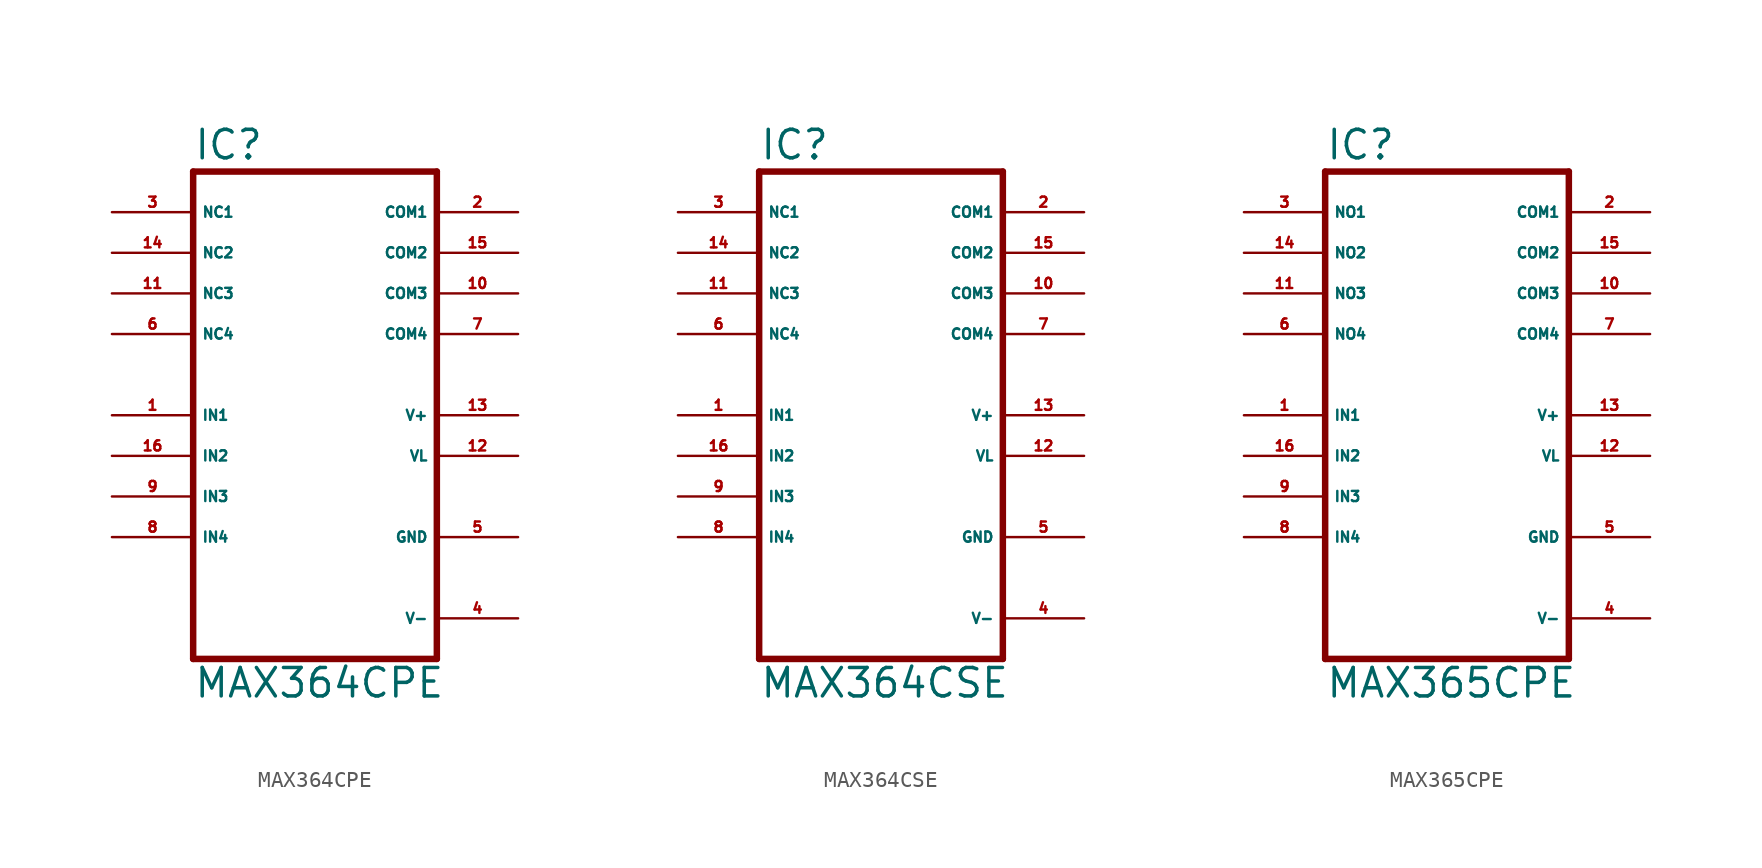
<source format=kicad_sym>
(kicad_symbol_lib
  (version 20220914)
  (generator Eagle2Kicad)
  (symbol "MAX364CPE"
    (property "Reference" "IC"
      (at -7.62 15.875 0)
      (effects (font (size 1.778 1.778) (thickness 0.22)) (justify left bottom)))
    (property "Value" "MAX364CPE"
      (at -7.62 -17.78 0)
      (effects (font (size 1.778 1.778) (thickness 0.22)) (justify left bottom)))
    (polyline
      (pts (xy 7.62 -15.24) (xy -7.62 -15.24))
      (stroke (width 0.406) (type default))
      (fill (type none)))
    (polyline
      (pts (xy -7.62 -15.24) (xy -7.62 15.24))
      (stroke (width 0.406) (type default))
      (fill (type none)))
    (polyline
      (pts (xy -7.62 15.24) (xy 7.62 15.24))
      (stroke (width 0.406) (type default))
      (fill (type none)))
    (polyline
      (pts (xy 7.62 15.24) (xy 7.62 -15.24))
      (stroke (width 0.406) (type default))
      (fill (type none)))
    (pin input line
      (at -12.7 0 0)
      (length 5.08)
      (name "IN1" (effects (font (size 0.635 0.635) (thickness 0.08)) (justify left bottom)))
      (number "1" (effects (font (size 0.635 0.635) (thickness 0.08)) (justify left bottom))))
    (pin input line
      (at -12.7 -2.54 0)
      (length 5.08)
      (name "IN2" (effects (font (size 0.635 0.635) (thickness 0.08)) (justify left bottom)))
      (number "16" (effects (font (size 0.635 0.635) (thickness 0.08)) (justify left bottom))))
    (pin input line
      (at -12.7 -5.08 0)
      (length 5.08)
      (name "IN3" (effects (font (size 0.635 0.635) (thickness 0.08)) (justify left bottom)))
      (number "9" (effects (font (size 0.635 0.635) (thickness 0.08)) (justify left bottom))))
    (pin input line
      (at -12.7 -7.62 0)
      (length 5.08)
      (name "IN4" (effects (font (size 0.635 0.635) (thickness 0.08)) (justify left bottom)))
      (number "8" (effects (font (size 0.635 0.635) (thickness 0.08)) (justify left bottom))))
    (pin passive line
      (at -12.7 12.7 0)
      (length 5.08)
      (name "NC1" (effects (font (size 0.635 0.635) (thickness 0.08)) (justify left bottom)))
      (number "3" (effects (font (size 0.635 0.635) (thickness 0.08)) (justify left bottom))))
    (pin passive line
      (at -12.7 10.16 0)
      (length 5.08)
      (name "NC2" (effects (font (size 0.635 0.635) (thickness 0.08)) (justify left bottom)))
      (number "14" (effects (font (size 0.635 0.635) (thickness 0.08)) (justify left bottom))))
    (pin passive line
      (at -12.7 7.62 0)
      (length 5.08)
      (name "NC3" (effects (font (size 0.635 0.635) (thickness 0.08)) (justify left bottom)))
      (number "11" (effects (font (size 0.635 0.635) (thickness 0.08)) (justify left bottom))))
    (pin passive line
      (at -12.7 5.08 0)
      (length 5.08)
      (name "NC4" (effects (font (size 0.635 0.635) (thickness 0.08)) (justify left bottom)))
      (number "6" (effects (font (size 0.635 0.635) (thickness 0.08)) (justify left bottom))))
    (pin passive line
      (at 12.7 12.7 180)
      (length 5.08)
      (name "COM1" (effects (font (size 0.635 0.635) (thickness 0.08)) (justify left bottom)))
      (number "2" (effects (font (size 0.635 0.635) (thickness 0.08)) (justify left bottom))))
    (pin passive line
      (at 12.7 10.16 180)
      (length 5.08)
      (name "COM2" (effects (font (size 0.635 0.635) (thickness 0.08)) (justify left bottom)))
      (number "15" (effects (font (size 0.635 0.635) (thickness 0.08)) (justify left bottom))))
    (pin passive line
      (at 12.7 7.62 180)
      (length 5.08)
      (name "COM3" (effects (font (size 0.635 0.635) (thickness 0.08)) (justify left bottom)))
      (number "10" (effects (font (size 0.635 0.635) (thickness 0.08)) (justify left bottom))))
    (pin passive line
      (at 12.7 5.08 180)
      (length 5.08)
      (name "COM4" (effects (font (size 0.635 0.635) (thickness 0.08)) (justify left bottom)))
      (number "7" (effects (font (size 0.635 0.635) (thickness 0.08)) (justify left bottom))))
    (pin unspecified line
      (at 12.7 0 180)
      (length 5.08)
      (name "V+" (effects (font (size 0.635 0.635) (thickness 0.08)) (justify left bottom)))
      (number "13" (effects (font (size 0.635 0.635) (thickness 0.08)) (justify left bottom))))
    (pin unspecified line
      (at 12.7 -2.54 180)
      (length 5.08)
      (name "VL" (effects (font (size 0.635 0.635) (thickness 0.08)) (justify left bottom)))
      (number "12" (effects (font (size 0.635 0.635) (thickness 0.08)) (justify left bottom))))
    (pin unspecified line
      (at 12.7 -7.62 180)
      (length 5.08)
      (name "GND" (effects (font (size 0.635 0.635) (thickness 0.08)) (justify left bottom)))
      (number "5" (effects (font (size 0.635 0.635) (thickness 0.08)) (justify left bottom))))
    (pin unspecified line
      (at 12.7 -12.7 180)
      (length 5.08)
      (name "V-" (effects (font (size 0.635 0.635) (thickness 0.08)) (justify left bottom)))
      (number "4" (effects (font (size 0.635 0.635) (thickness 0.08)) (justify left bottom)))))
  (symbol "MAX364CSE"
    (property "Reference" "IC"
      (at -7.62 15.875 0)
      (effects (font (size 1.778 1.778) (thickness 0.22)) (justify left bottom)))
    (property "Value" "MAX364CSE"
      (at -7.62 -17.78 0)
      (effects (font (size 1.778 1.778) (thickness 0.22)) (justify left bottom)))
    (polyline
      (pts (xy 7.62 -15.24) (xy -7.62 -15.24))
      (stroke (width 0.406) (type default))
      (fill (type none)))
    (polyline
      (pts (xy -7.62 -15.24) (xy -7.62 15.24))
      (stroke (width 0.406) (type default))
      (fill (type none)))
    (polyline
      (pts (xy -7.62 15.24) (xy 7.62 15.24))
      (stroke (width 0.406) (type default))
      (fill (type none)))
    (polyline
      (pts (xy 7.62 15.24) (xy 7.62 -15.24))
      (stroke (width 0.406) (type default))
      (fill (type none)))
    (pin input line
      (at -12.7 0 0)
      (length 5.08)
      (name "IN1" (effects (font (size 0.635 0.635) (thickness 0.08)) (justify left bottom)))
      (number "1" (effects (font (size 0.635 0.635) (thickness 0.08)) (justify left bottom))))
    (pin input line
      (at -12.7 -2.54 0)
      (length 5.08)
      (name "IN2" (effects (font (size 0.635 0.635) (thickness 0.08)) (justify left bottom)))
      (number "16" (effects (font (size 0.635 0.635) (thickness 0.08)) (justify left bottom))))
    (pin input line
      (at -12.7 -5.08 0)
      (length 5.08)
      (name "IN3" (effects (font (size 0.635 0.635) (thickness 0.08)) (justify left bottom)))
      (number "9" (effects (font (size 0.635 0.635) (thickness 0.08)) (justify left bottom))))
    (pin input line
      (at -12.7 -7.62 0)
      (length 5.08)
      (name "IN4" (effects (font (size 0.635 0.635) (thickness 0.08)) (justify left bottom)))
      (number "8" (effects (font (size 0.635 0.635) (thickness 0.08)) (justify left bottom))))
    (pin passive line
      (at -12.7 12.7 0)
      (length 5.08)
      (name "NC1" (effects (font (size 0.635 0.635) (thickness 0.08)) (justify left bottom)))
      (number "3" (effects (font (size 0.635 0.635) (thickness 0.08)) (justify left bottom))))
    (pin passive line
      (at -12.7 10.16 0)
      (length 5.08)
      (name "NC2" (effects (font (size 0.635 0.635) (thickness 0.08)) (justify left bottom)))
      (number "14" (effects (font (size 0.635 0.635) (thickness 0.08)) (justify left bottom))))
    (pin passive line
      (at -12.7 7.62 0)
      (length 5.08)
      (name "NC3" (effects (font (size 0.635 0.635) (thickness 0.08)) (justify left bottom)))
      (number "11" (effects (font (size 0.635 0.635) (thickness 0.08)) (justify left bottom))))
    (pin passive line
      (at -12.7 5.08 0)
      (length 5.08)
      (name "NC4" (effects (font (size 0.635 0.635) (thickness 0.08)) (justify left bottom)))
      (number "6" (effects (font (size 0.635 0.635) (thickness 0.08)) (justify left bottom))))
    (pin passive line
      (at 12.7 12.7 180)
      (length 5.08)
      (name "COM1" (effects (font (size 0.635 0.635) (thickness 0.08)) (justify left bottom)))
      (number "2" (effects (font (size 0.635 0.635) (thickness 0.08)) (justify left bottom))))
    (pin passive line
      (at 12.7 10.16 180)
      (length 5.08)
      (name "COM2" (effects (font (size 0.635 0.635) (thickness 0.08)) (justify left bottom)))
      (number "15" (effects (font (size 0.635 0.635) (thickness 0.08)) (justify left bottom))))
    (pin passive line
      (at 12.7 7.62 180)
      (length 5.08)
      (name "COM3" (effects (font (size 0.635 0.635) (thickness 0.08)) (justify left bottom)))
      (number "10" (effects (font (size 0.635 0.635) (thickness 0.08)) (justify left bottom))))
    (pin passive line
      (at 12.7 5.08 180)
      (length 5.08)
      (name "COM4" (effects (font (size 0.635 0.635) (thickness 0.08)) (justify left bottom)))
      (number "7" (effects (font (size 0.635 0.635) (thickness 0.08)) (justify left bottom))))
    (pin unspecified line
      (at 12.7 0 180)
      (length 5.08)
      (name "V+" (effects (font (size 0.635 0.635) (thickness 0.08)) (justify left bottom)))
      (number "13" (effects (font (size 0.635 0.635) (thickness 0.08)) (justify left bottom))))
    (pin unspecified line
      (at 12.7 -2.54 180)
      (length 5.08)
      (name "VL" (effects (font (size 0.635 0.635) (thickness 0.08)) (justify left bottom)))
      (number "12" (effects (font (size 0.635 0.635) (thickness 0.08)) (justify left bottom))))
    (pin unspecified line
      (at 12.7 -7.62 180)
      (length 5.08)
      (name "GND" (effects (font (size 0.635 0.635) (thickness 0.08)) (justify left bottom)))
      (number "5" (effects (font (size 0.635 0.635) (thickness 0.08)) (justify left bottom))))
    (pin unspecified line
      (at 12.7 -12.7 180)
      (length 5.08)
      (name "V-" (effects (font (size 0.635 0.635) (thickness 0.08)) (justify left bottom)))
      (number "4" (effects (font (size 0.635 0.635) (thickness 0.08)) (justify left bottom)))))
  (symbol "MAX365CPE"
    (property "Reference" "IC"
      (at -7.62 15.875 0)
      (effects (font (size 1.778 1.778) (thickness 0.22)) (justify left bottom)))
    (property "Value" "MAX365CPE"
      (at -7.62 -17.78 0)
      (effects (font (size 1.778 1.778) (thickness 0.22)) (justify left bottom)))
    (polyline
      (pts (xy 7.62 -15.24) (xy -7.62 -15.24))
      (stroke (width 0.406) (type default))
      (fill (type none)))
    (polyline
      (pts (xy -7.62 -15.24) (xy -7.62 15.24))
      (stroke (width 0.406) (type default))
      (fill (type none)))
    (polyline
      (pts (xy -7.62 15.24) (xy 7.62 15.24))
      (stroke (width 0.406) (type default))
      (fill (type none)))
    (polyline
      (pts (xy 7.62 15.24) (xy 7.62 -15.24))
      (stroke (width 0.406) (type default))
      (fill (type none)))
    (pin input line
      (at -12.7 0 0)
      (length 5.08)
      (name "IN1" (effects (font (size 0.635 0.635) (thickness 0.08)) (justify left bottom)))
      (number "1" (effects (font (size 0.635 0.635) (thickness 0.08)) (justify left bottom))))
    (pin input line
      (at -12.7 -2.54 0)
      (length 5.08)
      (name "IN2" (effects (font (size 0.635 0.635) (thickness 0.08)) (justify left bottom)))
      (number "16" (effects (font (size 0.635 0.635) (thickness 0.08)) (justify left bottom))))
    (pin input line
      (at -12.7 -5.08 0)
      (length 5.08)
      (name "IN3" (effects (font (size 0.635 0.635) (thickness 0.08)) (justify left bottom)))
      (number "9" (effects (font (size 0.635 0.635) (thickness 0.08)) (justify left bottom))))
    (pin input line
      (at -12.7 -7.62 0)
      (length 5.08)
      (name "IN4" (effects (font (size 0.635 0.635) (thickness 0.08)) (justify left bottom)))
      (number "8" (effects (font (size 0.635 0.635) (thickness 0.08)) (justify left bottom))))
    (pin passive line
      (at -12.7 12.7 0)
      (length 5.08)
      (name "NO1" (effects (font (size 0.635 0.635) (thickness 0.08)) (justify left bottom)))
      (number "3" (effects (font (size 0.635 0.635) (thickness 0.08)) (justify left bottom))))
    (pin passive line
      (at -12.7 10.16 0)
      (length 5.08)
      (name "NO2" (effects (font (size 0.635 0.635) (thickness 0.08)) (justify left bottom)))
      (number "14" (effects (font (size 0.635 0.635) (thickness 0.08)) (justify left bottom))))
    (pin passive line
      (at -12.7 7.62 0)
      (length 5.08)
      (name "NO3" (effects (font (size 0.635 0.635) (thickness 0.08)) (justify left bottom)))
      (number "11" (effects (font (size 0.635 0.635) (thickness 0.08)) (justify left bottom))))
    (pin passive line
      (at -12.7 5.08 0)
      (length 5.08)
      (name "NO4" (effects (font (size 0.635 0.635) (thickness 0.08)) (justify left bottom)))
      (number "6" (effects (font (size 0.635 0.635) (thickness 0.08)) (justify left bottom))))
    (pin passive line
      (at 12.7 12.7 180)
      (length 5.08)
      (name "COM1" (effects (font (size 0.635 0.635) (thickness 0.08)) (justify left bottom)))
      (number "2" (effects (font (size 0.635 0.635) (thickness 0.08)) (justify left bottom))))
    (pin passive line
      (at 12.7 10.16 180)
      (length 5.08)
      (name "COM2" (effects (font (size 0.635 0.635) (thickness 0.08)) (justify left bottom)))
      (number "15" (effects (font (size 0.635 0.635) (thickness 0.08)) (justify left bottom))))
    (pin passive line
      (at 12.7 7.62 180)
      (length 5.08)
      (name "COM3" (effects (font (size 0.635 0.635) (thickness 0.08)) (justify left bottom)))
      (number "10" (effects (font (size 0.635 0.635) (thickness 0.08)) (justify left bottom))))
    (pin passive line
      (at 12.7 5.08 180)
      (length 5.08)
      (name "COM4" (effects (font (size 0.635 0.635) (thickness 0.08)) (justify left bottom)))
      (number "7" (effects (font (size 0.635 0.635) (thickness 0.08)) (justify left bottom))))
    (pin unspecified line
      (at 12.7 0 180)
      (length 5.08)
      (name "V+" (effects (font (size 0.635 0.635) (thickness 0.08)) (justify left bottom)))
      (number "13" (effects (font (size 0.635 0.635) (thickness 0.08)) (justify left bottom))))
    (pin unspecified line
      (at 12.7 -2.54 180)
      (length 5.08)
      (name "VL" (effects (font (size 0.635 0.635) (thickness 0.08)) (justify left bottom)))
      (number "12" (effects (font (size 0.635 0.635) (thickness 0.08)) (justify left bottom))))
    (pin unspecified line
      (at 12.7 -7.62 180)
      (length 5.08)
      (name "GND" (effects (font (size 0.635 0.635) (thickness 0.08)) (justify left bottom)))
      (number "5" (effects (font (size 0.635 0.635) (thickness 0.08)) (justify left bottom))))
    (pin unspecified line
      (at 12.7 -12.7 180)
      (length 5.08)
      (name "V-" (effects (font (size 0.635 0.635) (thickness 0.08)) (justify left bottom)))
      (number "4" (effects (font (size 0.635 0.635) (thickness 0.08)) (justify left bottom))))))
</source>
